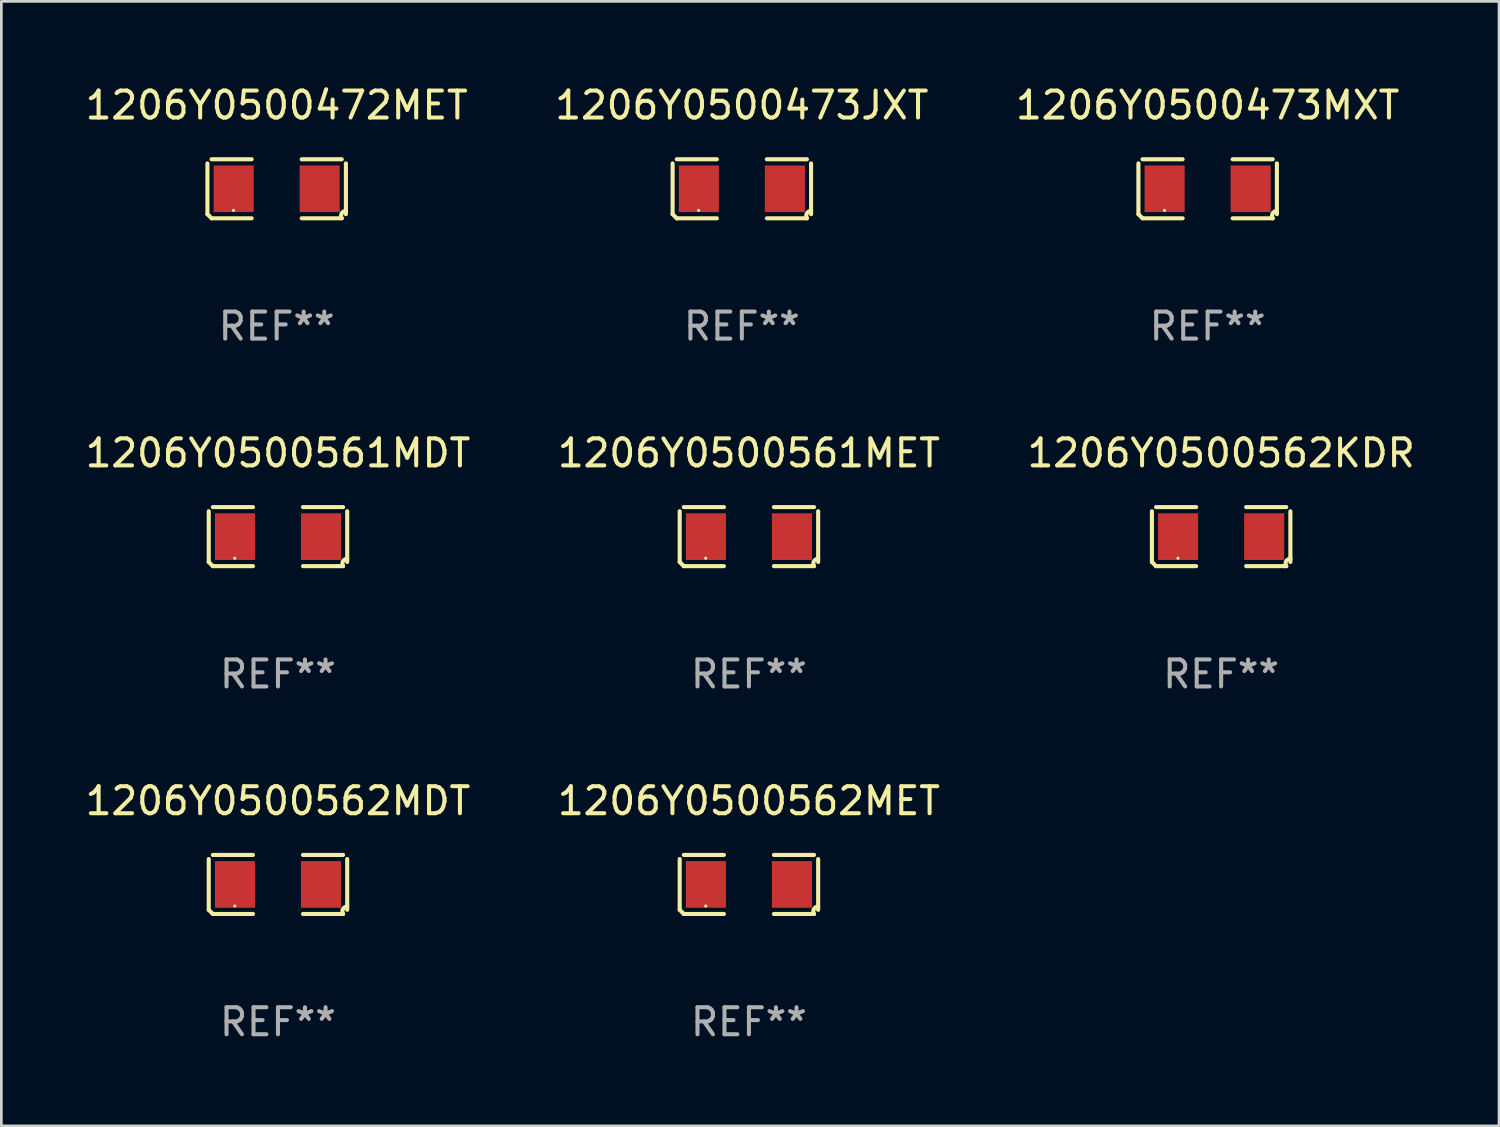
<source format=kicad_pcb>
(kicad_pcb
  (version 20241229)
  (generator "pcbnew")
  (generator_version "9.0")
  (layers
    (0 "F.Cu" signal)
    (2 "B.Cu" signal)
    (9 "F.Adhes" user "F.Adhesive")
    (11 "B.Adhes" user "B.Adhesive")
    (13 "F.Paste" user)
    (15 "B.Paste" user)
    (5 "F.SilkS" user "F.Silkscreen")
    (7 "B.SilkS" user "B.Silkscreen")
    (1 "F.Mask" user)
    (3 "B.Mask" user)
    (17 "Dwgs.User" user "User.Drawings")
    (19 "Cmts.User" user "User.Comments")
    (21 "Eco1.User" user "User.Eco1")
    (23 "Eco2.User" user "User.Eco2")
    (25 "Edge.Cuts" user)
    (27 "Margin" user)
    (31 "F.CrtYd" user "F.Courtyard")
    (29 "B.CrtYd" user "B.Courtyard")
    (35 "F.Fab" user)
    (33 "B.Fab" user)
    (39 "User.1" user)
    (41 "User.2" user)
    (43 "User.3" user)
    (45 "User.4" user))
  (footprint "1206Y0500562MET"
    (layer "F.Cu")
    (at 24.685 29.704)
    (property "Reference" "1206Y0500562MET" (at 0 -3.093 0) (layer "F.SilkS") (effects (font (size 1 1) (thickness 0.15))))
    (attr through_hole)
    (fp_line (start -2.564 0.94) (end -2.564 -0.94) (stroke (width 0.152) (type solid)) (layer "F.SilkS"))
    (fp_line (start -2.411 -1.093) (end -0.926 -1.093) (stroke (width 0.152) (type solid)) (layer "F.SilkS"))
    (fp_line (start -0.926 1.093) (end -2.411 1.093) (stroke (width 0.152) (type solid)) (layer "F.SilkS"))
    (fp_line (start 0.926 1.093) (end 2.411 1.093) (stroke (width 0.152) (type solid)) (layer "F.SilkS"))
    (fp_line (start 2.411 -1.093) (end 0.926 -1.093) (stroke (width 0.152) (type solid)) (layer "F.SilkS"))
    (fp_line (start 2.564 0.94) (end 2.564 -0.94) (stroke (width 0.152) (type solid)) (layer "F.SilkS"))
    (fp_arc (start -2.411201 1.092609) (mid -2.487413 1.01642) (end -2.563602 0.940208) (stroke (width 0.1524) (type solid)) (layer "F.SilkS"))
    (fp_arc (start 2.411201 1.092609) (mid 2.407159 0.911226) (end 2.563602 0.819347) (stroke (width 0.1524) (type solid)) (layer "F.SilkS"))
    (fp_circle (center -1.6 0.8) (end -1.57 0.8) (stroke (width 0.06) (type solid)) (fill no) (layer "F.SilkS"))
    (fp_text user "REF**" (at 0 5.093 0) (layer "F.Fab") (effects (font (size 1 1) (thickness 0.15))))
    (pad "1" smd rect (at -1.593 0) (size 1.485 1.728) (layers "F.Cu" "F.Mask" "F.Paste"))
    (pad "2" smd rect (at 1.593 0) (size 1.485 1.728) (layers "F.Cu" "F.Mask" "F.Paste")))
  (footprint "1206Y0500561MET"
    (layer "F.Cu")
    (at 24.685 16.823)
    (property "Reference" "1206Y0500561MET" (at 0 -3.093 0) (layer "F.SilkS") (effects (font (size 1 1) (thickness 0.15))))
    (attr through_hole)
    (fp_line (start -2.564 0.94) (end -2.564 -0.94) (stroke (width 0.152) (type solid)) (layer "F.SilkS"))
    (fp_line (start -2.411 -1.093) (end -0.926 -1.093) (stroke (width 0.152) (type solid)) (layer "F.SilkS"))
    (fp_line (start -0.926 1.093) (end -2.411 1.093) (stroke (width 0.152) (type solid)) (layer "F.SilkS"))
    (fp_line (start 0.926 1.093) (end 2.411 1.093) (stroke (width 0.152) (type solid)) (layer "F.SilkS"))
    (fp_line (start 2.411 -1.093) (end 0.926 -1.093) (stroke (width 0.152) (type solid)) (layer "F.SilkS"))
    (fp_line (start 2.564 0.94) (end 2.564 -0.94) (stroke (width 0.152) (type solid)) (layer "F.SilkS"))
    (fp_arc (start -2.411201 1.092609) (mid -2.487413 1.01642) (end -2.563602 0.940208) (stroke (width 0.1524) (type solid)) (layer "F.SilkS"))
    (fp_arc (start 2.411201 1.092609) (mid 2.407159 0.911226) (end 2.563602 0.819347) (stroke (width 0.1524) (type solid)) (layer "F.SilkS"))
    (fp_circle (center -1.6 0.8) (end -1.57 0.8) (stroke (width 0.06) (type solid)) (fill no) (layer "F.SilkS"))
    (fp_text user "REF**" (at 0 5.093 0) (layer "F.Fab") (effects (font (size 1 1) (thickness 0.15))))
    (pad "1" smd rect (at -1.593 0) (size 1.485 1.728) (layers "F.Cu" "F.Mask" "F.Paste"))
    (pad "2" smd rect (at 1.593 0) (size 1.485 1.728) (layers "F.Cu" "F.Mask" "F.Paste")))
  (footprint "1206Y0500561MDT"
    (layer "F.Cu")
    (at 7.244 16.823)
    (property "Reference" "1206Y0500561MDT" (at 0 -3.093 0) (layer "F.SilkS") (effects (font (size 1 1) (thickness 0.15))))
    (attr through_hole)
    (fp_line (start -2.564 0.94) (end -2.564 -0.94) (stroke (width 0.152) (type solid)) (layer "F.SilkS"))
    (fp_line (start -2.411 -1.093) (end -0.926 -1.093) (stroke (width 0.152) (type solid)) (layer "F.SilkS"))
    (fp_line (start -0.926 1.093) (end -2.411 1.093) (stroke (width 0.152) (type solid)) (layer "F.SilkS"))
    (fp_line (start 0.926 1.093) (end 2.411 1.093) (stroke (width 0.152) (type solid)) (layer "F.SilkS"))
    (fp_line (start 2.411 -1.093) (end 0.926 -1.093) (stroke (width 0.152) (type solid)) (layer "F.SilkS"))
    (fp_line (start 2.564 0.94) (end 2.564 -0.94) (stroke (width 0.152) (type solid)) (layer "F.SilkS"))
    (fp_arc (start -2.411201 1.092609) (mid -2.487413 1.01642) (end -2.563602 0.940208) (stroke (width 0.1524) (type solid)) (layer "F.SilkS"))
    (fp_arc (start 2.411201 1.092609) (mid 2.407159 0.911226) (end 2.563602 0.819347) (stroke (width 0.1524) (type solid)) (layer "F.SilkS"))
    (fp_circle (center -1.6 0.8) (end -1.57 0.8) (stroke (width 0.06) (type solid)) (fill no) (layer "F.SilkS"))
    (fp_text user "REF**" (at 0 5.093 0) (layer "F.Fab") (effects (font (size 1 1) (thickness 0.15))))
    (pad "1" smd rect (at -1.593 0) (size 1.485 1.728) (layers "F.Cu" "F.Mask" "F.Paste"))
    (pad "2" smd rect (at 1.593 0) (size 1.485 1.728) (layers "F.Cu" "F.Mask" "F.Paste")))
  (footprint "1206Y0500472MET"
    (layer "F.Cu")
    (at 7.196 3.941)
    (property "Reference" "1206Y0500472MET" (at 0 -3.093 0) (layer "F.SilkS") (effects (font (size 1 1) (thickness 0.15))))
    (attr through_hole)
    (fp_line (start -2.564 0.94) (end -2.564 -0.94) (stroke (width 0.152) (type solid)) (layer "F.SilkS"))
    (fp_line (start -2.411 -1.093) (end -0.926 -1.093) (stroke (width 0.152) (type solid)) (layer "F.SilkS"))
    (fp_line (start -0.926 1.093) (end -2.411 1.093) (stroke (width 0.152) (type solid)) (layer "F.SilkS"))
    (fp_line (start 0.926 1.093) (end 2.411 1.093) (stroke (width 0.152) (type solid)) (layer "F.SilkS"))
    (fp_line (start 2.411 -1.093) (end 0.926 -1.093) (stroke (width 0.152) (type solid)) (layer "F.SilkS"))
    (fp_line (start 2.564 0.94) (end 2.564 -0.94) (stroke (width 0.152) (type solid)) (layer "F.SilkS"))
    (fp_arc (start -2.411201 1.092609) (mid -2.487413 1.01642) (end -2.563602 0.940208) (stroke (width 0.1524) (type solid)) (layer "F.SilkS"))
    (fp_arc (start 2.411201 1.092609) (mid 2.407159 0.911226) (end 2.563602 0.819347) (stroke (width 0.1524) (type solid)) (layer "F.SilkS"))
    (fp_circle (center -1.6 0.8) (end -1.57 0.8) (stroke (width 0.06) (type solid)) (fill no) (layer "F.SilkS"))
    (fp_text user "REF**" (at 0 5.093 0) (layer "F.Fab") (effects (font (size 1 1) (thickness 0.15))))
    (pad "1" smd rect (at -1.593 0) (size 1.485 1.728) (layers "F.Cu" "F.Mask" "F.Paste"))
    (pad "2" smd rect (at 1.593 0) (size 1.485 1.728) (layers "F.Cu" "F.Mask" "F.Paste")))
  (footprint "1206Y0500473MXT"
    (layer "F.Cu")
    (at 41.673 3.941)
    (property "Reference" "1206Y0500473MXT" (at 0 -3.093 0) (layer "F.SilkS") (effects (font (size 1 1) (thickness 0.15))))
    (attr through_hole)
    (fp_line (start -2.564 0.94) (end -2.564 -0.94) (stroke (width 0.152) (type solid)) (layer "F.SilkS"))
    (fp_line (start -2.411 -1.093) (end -0.926 -1.093) (stroke (width 0.152) (type solid)) (layer "F.SilkS"))
    (fp_line (start -0.926 1.093) (end -2.411 1.093) (stroke (width 0.152) (type solid)) (layer "F.SilkS"))
    (fp_line (start 0.926 1.093) (end 2.411 1.093) (stroke (width 0.152) (type solid)) (layer "F.SilkS"))
    (fp_line (start 2.411 -1.093) (end 0.926 -1.093) (stroke (width 0.152) (type solid)) (layer "F.SilkS"))
    (fp_line (start 2.564 0.94) (end 2.564 -0.94) (stroke (width 0.152) (type solid)) (layer "F.SilkS"))
    (fp_arc (start -2.411201 1.092609) (mid -2.487413 1.01642) (end -2.563602 0.940208) (stroke (width 0.1524) (type solid)) (layer "F.SilkS"))
    (fp_arc (start 2.411201 1.092609) (mid 2.407159 0.911226) (end 2.563602 0.819347) (stroke (width 0.1524) (type solid)) (layer "F.SilkS"))
    (fp_circle (center -1.6 0.8) (end -1.57 0.8) (stroke (width 0.06) (type solid)) (fill no) (layer "F.SilkS"))
    (fp_text user "REF**" (at 0 5.093 0) (layer "F.Fab") (effects (font (size 1 1) (thickness 0.15))))
    (pad "1" smd rect (at -1.593 0) (size 1.485 1.728) (layers "F.Cu" "F.Mask" "F.Paste"))
    (pad "2" smd rect (at 1.593 0) (size 1.485 1.728) (layers "F.Cu" "F.Mask" "F.Paste")))
  (footprint "1206Y0500562KDR"
    (layer "F.Cu")
    (at 42.173 16.823)
    (property "Reference" "1206Y0500562KDR" (at 0 -3.093 0) (layer "F.SilkS") (effects (font (size 1 1) (thickness 0.15))))
    (attr through_hole)
    (fp_line (start -2.564 0.94) (end -2.564 -0.94) (stroke (width 0.152) (type solid)) (layer "F.SilkS"))
    (fp_line (start -2.411 -1.093) (end -0.926 -1.093) (stroke (width 0.152) (type solid)) (layer "F.SilkS"))
    (fp_line (start -0.926 1.093) (end -2.411 1.093) (stroke (width 0.152) (type solid)) (layer "F.SilkS"))
    (fp_line (start 0.926 1.093) (end 2.411 1.093) (stroke (width 0.152) (type solid)) (layer "F.SilkS"))
    (fp_line (start 2.411 -1.093) (end 0.926 -1.093) (stroke (width 0.152) (type solid)) (layer "F.SilkS"))
    (fp_line (start 2.564 0.94) (end 2.564 -0.94) (stroke (width 0.152) (type solid)) (layer "F.SilkS"))
    (fp_arc (start -2.411201 1.092609) (mid -2.487413 1.01642) (end -2.563602 0.940208) (stroke (width 0.1524) (type solid)) (layer "F.SilkS"))
    (fp_arc (start 2.411201 1.092609) (mid 2.407159 0.911226) (end 2.563602 0.819347) (stroke (width 0.1524) (type solid)) (layer "F.SilkS"))
    (fp_circle (center -1.6 0.8) (end -1.57 0.8) (stroke (width 0.06) (type solid)) (fill no) (layer "F.SilkS"))
    (fp_text user "REF**" (at 0 5.093 0) (layer "F.Fab") (effects (font (size 1 1) (thickness 0.15))))
    (pad "1" smd rect (at -1.593 0) (size 1.485 1.728) (layers "F.Cu" "F.Mask" "F.Paste"))
    (pad "2" smd rect (at 1.593 0) (size 1.485 1.728) (layers "F.Cu" "F.Mask" "F.Paste")))
  (footprint "1206Y0500473JXT"
    (layer "F.Cu")
    (at 24.423 3.941)
    (property "Reference" "1206Y0500473JXT" (at 0 -3.093 0) (layer "F.SilkS") (effects (font (size 1 1) (thickness 0.15))))
    (attr through_hole)
    (fp_line (start -2.564 0.94) (end -2.564 -0.94) (stroke (width 0.152) (type solid)) (layer "F.SilkS"))
    (fp_line (start -2.411 -1.093) (end -0.926 -1.093) (stroke (width 0.152) (type solid)) (layer "F.SilkS"))
    (fp_line (start -0.926 1.093) (end -2.411 1.093) (stroke (width 0.152) (type solid)) (layer "F.SilkS"))
    (fp_line (start 0.926 1.093) (end 2.411 1.093) (stroke (width 0.152) (type solid)) (layer "F.SilkS"))
    (fp_line (start 2.411 -1.093) (end 0.926 -1.093) (stroke (width 0.152) (type solid)) (layer "F.SilkS"))
    (fp_line (start 2.564 0.94) (end 2.564 -0.94) (stroke (width 0.152) (type solid)) (layer "F.SilkS"))
    (fp_arc (start -2.411201 1.092609) (mid -2.487413 1.01642) (end -2.563602 0.940208) (stroke (width 0.1524) (type solid)) (layer "F.SilkS"))
    (fp_arc (start 2.411201 1.092609) (mid 2.407159 0.911226) (end 2.563602 0.819347) (stroke (width 0.1524) (type solid)) (layer "F.SilkS"))
    (fp_circle (center -1.6 0.8) (end -1.57 0.8) (stroke (width 0.06) (type solid)) (fill no) (layer "F.SilkS"))
    (fp_text user "REF**" (at 0 5.093 0) (layer "F.Fab") (effects (font (size 1 1) (thickness 0.15))))
    (pad "1" smd rect (at -1.593 0) (size 1.485 1.728) (layers "F.Cu" "F.Mask" "F.Paste"))
    (pad "2" smd rect (at 1.593 0) (size 1.485 1.728) (layers "F.Cu" "F.Mask" "F.Paste")))
  (footprint "1206Y0500562MDT"
    (layer "F.Cu")
    (at 7.244 29.704)
    (property "Reference" "1206Y0500562MDT" (at 0 -3.093 0) (layer "F.SilkS") (effects (font (size 1 1) (thickness 0.15))))
    (attr through_hole)
    (fp_line (start -2.564 0.94) (end -2.564 -0.94) (stroke (width 0.152) (type solid)) (layer "F.SilkS"))
    (fp_line (start -2.411 -1.093) (end -0.926 -1.093) (stroke (width 0.152) (type solid)) (layer "F.SilkS"))
    (fp_line (start -0.926 1.093) (end -2.411 1.093) (stroke (width 0.152) (type solid)) (layer "F.SilkS"))
    (fp_line (start 0.926 1.093) (end 2.411 1.093) (stroke (width 0.152) (type solid)) (layer "F.SilkS"))
    (fp_line (start 2.411 -1.093) (end 0.926 -1.093) (stroke (width 0.152) (type solid)) (layer "F.SilkS"))
    (fp_line (start 2.564 0.94) (end 2.564 -0.94) (stroke (width 0.152) (type solid)) (layer "F.SilkS"))
    (fp_arc (start -2.411201 1.092609) (mid -2.487413 1.01642) (end -2.563602 0.940208) (stroke (width 0.1524) (type solid)) (layer "F.SilkS"))
    (fp_arc (start 2.411201 1.092609) (mid 2.407159 0.911226) (end 2.563602 0.819347) (stroke (width 0.1524) (type solid)) (layer "F.SilkS"))
    (fp_circle (center -1.6 0.8) (end -1.57 0.8) (stroke (width 0.06) (type solid)) (fill no) (layer "F.SilkS"))
    (fp_text user "REF**" (at 0 5.093 0) (layer "F.Fab") (effects (font (size 1 1) (thickness 0.15))))
    (pad "1" smd rect (at -1.593 0) (size 1.485 1.728) (layers "F.Cu" "F.Mask" "F.Paste"))
    (pad "2" smd rect (at 1.593 0) (size 1.485 1.728) (layers "F.Cu" "F.Mask" "F.Paste")))
  (gr_rect
    (start -3 -3)
    (end 52.464 38.645)
    (stroke (width 0.1) (type default))
    (fill no)
    (layer "Edge.Cuts")))
</source>
